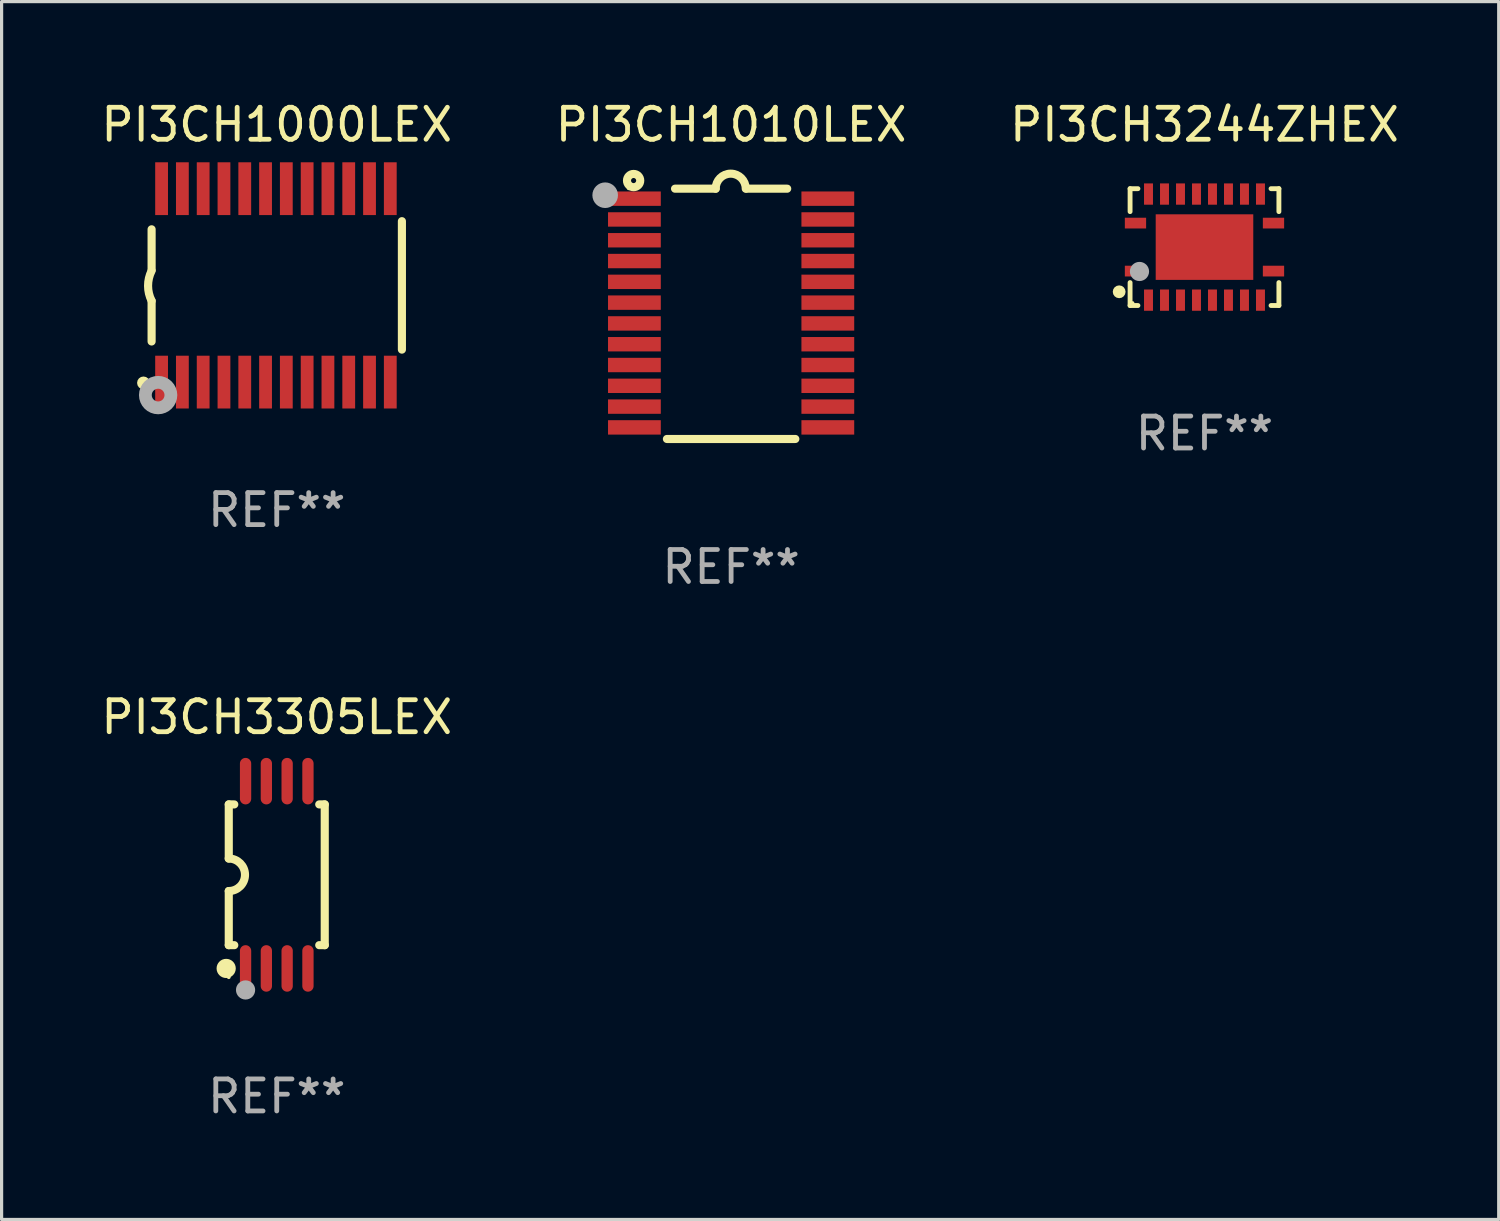
<source format=kicad_pcb>
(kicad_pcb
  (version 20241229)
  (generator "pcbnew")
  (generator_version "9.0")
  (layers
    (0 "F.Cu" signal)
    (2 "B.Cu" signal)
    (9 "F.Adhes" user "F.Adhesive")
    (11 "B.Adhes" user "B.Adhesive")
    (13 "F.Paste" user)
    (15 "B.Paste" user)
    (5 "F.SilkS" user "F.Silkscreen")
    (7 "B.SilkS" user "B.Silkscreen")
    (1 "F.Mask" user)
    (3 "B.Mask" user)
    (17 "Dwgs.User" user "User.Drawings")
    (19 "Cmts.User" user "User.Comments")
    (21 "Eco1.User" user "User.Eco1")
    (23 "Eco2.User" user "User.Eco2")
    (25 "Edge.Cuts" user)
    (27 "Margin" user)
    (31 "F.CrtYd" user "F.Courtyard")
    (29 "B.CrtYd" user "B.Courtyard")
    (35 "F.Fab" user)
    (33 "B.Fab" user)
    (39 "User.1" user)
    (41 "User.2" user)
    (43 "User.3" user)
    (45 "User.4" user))
  (footprint "PI3CH3305LEX"
    (layer "F.Cu")
    (at 5.601 24.295)
    (property "Reference" "PI3CH3305LEX" (at 0 -4.927 0) (layer "F.SilkS") (effects (font (size 1 1) (thickness 0.15))))
    (attr through_hole)
    (fp_line (start -1.5 -2.2) (end -1.5 -0.508) (stroke (width 0.254) (type solid)) (layer "F.SilkS"))
    (fp_line (start -1.5 -2.2) (end -1.328 -2.2) (stroke (width 0.254) (type solid)) (layer "F.SilkS"))
    (fp_line (start -1.5 2.2) (end -1.5 0.508) (stroke (width 0.254) (type solid)) (layer "F.SilkS"))
    (fp_line (start -1.5 2.2) (end -1.328 2.2) (stroke (width 0.254) (type solid)) (layer "F.SilkS"))
    (fp_line (start 1.328 -2.2) (end 1.5 -2.2) (stroke (width 0.254) (type solid)) (layer "F.SilkS"))
    (fp_line (start 1.328 2.2) (end 1.5 2.2) (stroke (width 0.254) (type solid)) (layer "F.SilkS"))
    (fp_line (start 1.5 -2.2) (end 1.5 2.2) (stroke (width 0.254) (type solid)) (layer "F.SilkS"))
    (fp_arc (start -1.501144 -0.508) (mid -0.993143 -0.000571) (end -1.5 0.508001) (stroke (width 0.254001) (type solid)) (layer "F.SilkS"))
    (fp_circle (center -1.581 2.927) (end -1.431 2.927) (stroke (width 0.3) (type solid)) (fill no) (layer "F.SilkS"))
    (fp_circle (center -1.5 3.2) (end -1.47 3.2) (stroke (width 0.06) (type solid)) (fill no) (layer "F.SilkS"))
    (fp_circle (center -0.975 3.6) (end -0.825 3.6) (stroke (width 0.3) (type solid)) (fill no) (layer "F.Fab"))
    (fp_text user "REF**" (at 0 6.927 0) (layer "F.Fab") (effects (font (size 1 1) (thickness 0.15))))
    (pad "1" smd oval (at -0.975 2.927) (size 0.353 1.454) (layers "F.Cu" "F.Mask" "F.Paste"))
    (pad "2" smd oval (at -0.325 2.927) (size 0.353 1.454) (layers "F.Cu" "F.Mask" "F.Paste"))
    (pad "3" smd oval (at 0.325 2.927) (size 0.353 1.454) (layers "F.Cu" "F.Mask" "F.Paste"))
    (pad "4" smd oval (at 0.975 2.927) (size 0.353 1.454) (layers "F.Cu" "F.Mask" "F.Paste"))
    (pad "5" smd oval (at 0.975 -2.927) (size 0.353 1.454) (layers "F.Cu" "F.Mask" "F.Paste"))
    (pad "6" smd oval (at 0.325 -2.927) (size 0.353 1.454) (layers "F.Cu" "F.Mask" "F.Paste"))
    (pad "7" smd oval (at -0.325 -2.927) (size 0.353 1.454) (layers "F.Cu" "F.Mask" "F.Paste"))
    (pad "8" smd oval (at -0.975 -2.927) (size 0.353 1.454) (layers "F.Cu" "F.Mask" "F.Paste")))
  (footprint "PI3CH1000LEX"
    (layer "F.Cu")
    (at 5.601 5.871)
    (property "Reference" "PI3CH1000LEX" (at 0 -5.023 0) (layer "F.SilkS") (effects (font (size 1 1) (thickness 0.15))))
    (attr through_hole)
    (fp_line (start -3.912 -0.483) (end -3.912 -1.753) (stroke (width 0.254) (type solid)) (layer "F.SilkS"))
    (fp_line (start -3.912 1.753) (end -3.912 0.483) (stroke (width 0.254) (type solid)) (layer "F.SilkS"))
    (fp_line (start 3.912 -2.007) (end 3.912 2.007) (stroke (width 0.254) (type solid)) (layer "F.SilkS"))
    (fp_arc (start -3.911608 0.482601) (mid -4.022537 0.0127) (end -3.911608 -0.457201) (stroke (width 0.254001) (type solid)) (layer "F.SilkS"))
    (fp_circle (center -4.166 3.048) (end -4.066 3.048) (stroke (width 0.2) (type solid)) (fill no) (layer "F.SilkS"))
    (fp_circle (center -3.925 3.186) (end -3.895 3.186) (stroke (width 0.06) (type solid)) (fill no) (layer "F.SilkS"))
    (fp_circle (center -3.708 3.429) (end -3.509 3.429) (stroke (width 0.4) (type solid)) (fill no) (layer "F.Fab"))
    (fp_text user "REF**" (at 0 7.023 0) (layer "F.Fab") (effects (font (size 1 1) (thickness 0.15))))
    (pad "1" smd rect (at -3.6 3.023) (size 0.4 1.65) (layers "F.Cu" "F.Mask" "F.Paste"))
    (pad "2" smd rect (at -2.95 3.023) (size 0.4 1.65) (layers "F.Cu" "F.Mask" "F.Paste"))
    (pad "3" smd rect (at -2.3 3.023) (size 0.4 1.65) (layers "F.Cu" "F.Mask" "F.Paste"))
    (pad "4" smd rect (at -1.65 3.023) (size 0.4 1.65) (layers "F.Cu" "F.Mask" "F.Paste"))
    (pad "5" smd rect (at -1 3.023) (size 0.4 1.65) (layers "F.Cu" "F.Mask" "F.Paste"))
    (pad "6" smd rect (at -0.35 3.023) (size 0.4 1.65) (layers "F.Cu" "F.Mask" "F.Paste"))
    (pad "7" smd rect (at 0.299 3.023) (size 0.4 1.65) (layers "F.Cu" "F.Mask" "F.Paste"))
    (pad "8" smd rect (at 0.95 3.023) (size 0.4 1.65) (layers "F.Cu" "F.Mask" "F.Paste"))
    (pad "9" smd rect (at 1.6 3.023) (size 0.4 1.65) (layers "F.Cu" "F.Mask" "F.Paste"))
    (pad "10" smd rect (at 2.25 3.023) (size 0.4 1.65) (layers "F.Cu" "F.Mask" "F.Paste"))
    (pad "11" smd rect (at 2.9 3.023) (size 0.4 1.65) (layers "F.Cu" "F.Mask" "F.Paste"))
    (pad "12" smd rect (at 3.549 3.023) (size 0.4 1.65) (layers "F.Cu" "F.Mask" "F.Paste"))
    (pad "13" smd rect (at 3.549 -3.023) (size 0.4 1.65) (layers "F.Cu" "F.Mask" "F.Paste"))
    (pad "14" smd rect (at 2.9 -3.023) (size 0.4 1.65) (layers "F.Cu" "F.Mask" "F.Paste"))
    (pad "15" smd rect (at 2.25 -3.023) (size 0.4 1.65) (layers "F.Cu" "F.Mask" "F.Paste"))
    (pad "16" smd rect (at 1.6 -3.023) (size 0.4 1.65) (layers "F.Cu" "F.Mask" "F.Paste"))
    (pad "17" smd rect (at 0.95 -3.023) (size 0.4 1.65) (layers "F.Cu" "F.Mask" "F.Paste"))
    (pad "18" smd rect (at 0.299 -3.023) (size 0.4 1.65) (layers "F.Cu" "F.Mask" "F.Paste"))
    (pad "19" smd rect (at -0.35 -3.023) (size 0.4 1.65) (layers "F.Cu" "F.Mask" "F.Paste"))
    (pad "20" smd rect (at -1 -3.023) (size 0.4 1.65) (layers "F.Cu" "F.Mask" "F.Paste"))
    (pad "21" smd rect (at -1.65 -3.023) (size 0.4 1.65) (layers "F.Cu" "F.Mask" "F.Paste"))
    (pad "22" smd rect (at -2.3 -3.023) (size 0.4 1.65) (layers "F.Cu" "F.Mask" "F.Paste"))
    (pad "23" smd rect (at -2.95 -3.023) (size 0.4 1.65) (layers "F.Cu" "F.Mask" "F.Paste"))
    (pad "24" smd rect (at -3.6 -3.023) (size 0.4 1.65) (layers "F.Cu" "F.Mask" "F.Paste")))
  (footprint "PI3CH1010LEX"
    (layer "F.Cu")
    (at 19.804 6.76)
    (property "Reference" "PI3CH1010LEX" (at 0 -5.912 0) (layer "F.SilkS") (effects (font (size 1 1) (thickness 0.15))))
    (attr through_hole)
    (fp_line (start -1.753 -3.912) (end -0.483 -3.912) (stroke (width 0.254) (type solid)) (layer "F.SilkS"))
    (fp_line (start 0.483 -3.912) (end 1.753 -3.912) (stroke (width 0.254) (type solid)) (layer "F.SilkS"))
    (fp_line (start 2.007 3.912) (end -2.007 3.912) (stroke (width 0.254) (type solid)) (layer "F.SilkS"))
    (fp_arc (start -0.482626 -3.911608) (mid -0.012725 -4.381509) (end 0.457176 -3.911608) (stroke (width 0.254001) (type solid)) (layer "F.SilkS"))
    (fp_circle (center -3.2 -3.925) (end -3.17 -3.925) (stroke (width 0.06) (type solid)) (fill no) (layer "F.SilkS"))
    (fp_circle (center -3.048 -4.166) (end -2.968 -4.166) (stroke (width 0.254) (type solid)) (fill no) (layer "F.SilkS"))
    (fp_circle (center -3.937 -3.708) (end -3.737 -3.708) (stroke (width 0.4) (type solid)) (fill no) (layer "F.Fab"))
    (fp_text user "REF**" (at 0 7.912 0) (layer "F.Fab") (effects (font (size 1 1) (thickness 0.15))))
    (pad "1" smd rect (at -3.023 -3.6) (size 1.65 0.45) (layers "F.Cu" "F.Mask" "F.Paste"))
    (pad "2" smd rect (at -3.023 -2.95) (size 1.65 0.45) (layers "F.Cu" "F.Mask" "F.Paste"))
    (pad "3" smd rect (at -3.023 -2.3) (size 1.65 0.45) (layers "F.Cu" "F.Mask" "F.Paste"))
    (pad "4" smd rect (at -3.023 -1.65) (size 1.65 0.45) (layers "F.Cu" "F.Mask" "F.Paste"))
    (pad "5" smd rect (at -3.023 -1) (size 1.65 0.45) (layers "F.Cu" "F.Mask" "F.Paste"))
    (pad "6" smd rect (at -3.023 -0.35) (size 1.65 0.45) (layers "F.Cu" "F.Mask" "F.Paste"))
    (pad "7" smd rect (at -3.023 0.3) (size 1.65 0.45) (layers "F.Cu" "F.Mask" "F.Paste"))
    (pad "8" smd rect (at -3.023 0.95) (size 1.65 0.45) (layers "F.Cu" "F.Mask" "F.Paste"))
    (pad "9" smd rect (at -3.023 1.6) (size 1.65 0.45) (layers "F.Cu" "F.Mask" "F.Paste"))
    (pad "10" smd rect (at -3.023 2.25) (size 1.65 0.45) (layers "F.Cu" "F.Mask" "F.Paste"))
    (pad "11" smd rect (at -3.023 2.9) (size 1.65 0.45) (layers "F.Cu" "F.Mask" "F.Paste"))
    (pad "12" smd rect (at -3.023 3.55) (size 1.65 0.45) (layers "F.Cu" "F.Mask" "F.Paste"))
    (pad "13" smd rect (at 3.023 3.55) (size 1.65 0.45) (layers "F.Cu" "F.Mask" "F.Paste"))
    (pad "14" smd rect (at 3.023 2.9) (size 1.65 0.45) (layers "F.Cu" "F.Mask" "F.Paste"))
    (pad "15" smd rect (at 3.023 2.25) (size 1.65 0.45) (layers "F.Cu" "F.Mask" "F.Paste"))
    (pad "16" smd rect (at 3.023 1.6) (size 1.65 0.45) (layers "F.Cu" "F.Mask" "F.Paste"))
    (pad "17" smd rect (at 3.023 0.95) (size 1.65 0.45) (layers "F.Cu" "F.Mask" "F.Paste"))
    (pad "18" smd rect (at 3.023 0.3) (size 1.65 0.45) (layers "F.Cu" "F.Mask" "F.Paste"))
    (pad "19" smd rect (at 3.023 -0.35) (size 1.65 0.45) (layers "F.Cu" "F.Mask" "F.Paste"))
    (pad "20" smd rect (at 3.023 -1) (size 1.65 0.45) (layers "F.Cu" "F.Mask" "F.Paste"))
    (pad "21" smd rect (at 3.023 -1.65) (size 1.65 0.45) (layers "F.Cu" "F.Mask" "F.Paste"))
    (pad "22" smd rect (at 3.023 -2.3) (size 1.65 0.45) (layers "F.Cu" "F.Mask" "F.Paste"))
    (pad "23" smd rect (at 3.023 -2.95) (size 1.65 0.45) (layers "F.Cu" "F.Mask" "F.Paste"))
    (pad "24" smd rect (at 3.023 -3.6) (size 1.65 0.45) (layers "F.Cu" "F.Mask" "F.Paste")))
  (footprint "PI3CH3244ZHEX"
    (layer "F.Cu")
    (at 34.601 4.674)
    (property "Reference" "PI3CH3244ZHEX" (at 0 -3.826 0) (layer "F.SilkS") (effects (font (size 1 1) (thickness 0.15))))
    (attr through_hole)
    (fp_line (start -2.326 -1.826) (end -2.08 -1.826) (stroke (width 0.152) (type solid)) (layer "F.SilkS"))
    (fp_line (start -2.326 -1.109) (end -2.326 -1.826) (stroke (width 0.152) (type solid)) (layer "F.SilkS"))
    (fp_line (start -2.326 1.109) (end -2.326 1.826) (stroke (width 0.152) (type solid)) (layer "F.SilkS"))
    (fp_line (start -2.326 1.826) (end -2.08 1.826) (stroke (width 0.152) (type solid)) (layer "F.SilkS"))
    (fp_line (start 2.326 -1.826) (end 2.08 -1.826) (stroke (width 0.152) (type solid)) (layer "F.SilkS"))
    (fp_line (start 2.326 -1.109) (end 2.326 -1.826) (stroke (width 0.152) (type solid)) (layer "F.SilkS"))
    (fp_line (start 2.326 1.109) (end 2.326 1.826) (stroke (width 0.152) (type solid)) (layer "F.SilkS"))
    (fp_line (start 2.326 1.826) (end 2.08 1.826) (stroke (width 0.152) (type solid)) (layer "F.SilkS"))
    (fp_circle (center -2.667 1.397) (end -2.567 1.397) (stroke (width 0.2) (type solid)) (fill no) (layer "F.SilkS"))
    (fp_circle (center -2.25 1.75) (end -2.22 1.75) (stroke (width 0.06) (type solid)) (fill no) (layer "F.SilkS"))
    (fp_circle (center -2.032 0.762) (end -1.882 0.762) (stroke (width 0.3) (type solid)) (fill no) (layer "F.Fab"))
    (fp_text user "REF**" (at 0 5.826 0) (layer "F.Fab") (effects (font (size 1 1) (thickness 0.15))))
    (pad "1" smd rect (at -2.157 0.75) (size 0.665 0.336) (layers "F.Cu" "F.Mask" "F.Paste"))
    (pad "2" smd rect (at -1.75 1.658) (size 0.28 0.665) (layers "F.Cu" "F.Mask" "F.Paste"))
    (pad "3" smd rect (at -1.25 1.658) (size 0.28 0.665) (layers "F.Cu" "F.Mask" "F.Paste"))
    (pad "4" smd rect (at -0.75 1.658) (size 0.28 0.665) (layers "F.Cu" "F.Mask" "F.Paste"))
    (pad "5" smd rect (at -0.25 1.658) (size 0.28 0.665) (layers "F.Cu" "F.Mask" "F.Paste"))
    (pad "6" smd rect (at 0.25 1.658) (size 0.28 0.665) (layers "F.Cu" "F.Mask" "F.Paste"))
    (pad "7" smd rect (at 0.75 1.658) (size 0.28 0.665) (layers "F.Cu" "F.Mask" "F.Paste"))
    (pad "8" smd rect (at 1.25 1.658) (size 0.28 0.665) (layers "F.Cu" "F.Mask" "F.Paste"))
    (pad "9" smd rect (at 1.75 1.658) (size 0.28 0.665) (layers "F.Cu" "F.Mask" "F.Paste"))
    (pad "10" smd rect (at 2.157 0.75) (size 0.665 0.336) (layers "F.Cu" "F.Mask" "F.Paste"))
    (pad "11" smd rect (at 2.157 -0.75) (size 0.665 0.336) (layers "F.Cu" "F.Mask" "F.Paste"))
    (pad "12" smd rect (at 1.75 -1.658) (size 0.28 0.665) (layers "F.Cu" "F.Mask" "F.Paste"))
    (pad "13" smd rect (at 1.25 -1.658) (size 0.28 0.665) (layers "F.Cu" "F.Mask" "F.Paste"))
    (pad "14" smd rect (at 0.75 -1.658) (size 0.28 0.665) (layers "F.Cu" "F.Mask" "F.Paste"))
    (pad "15" smd rect (at 0.25 -1.658) (size 0.28 0.665) (layers "F.Cu" "F.Mask" "F.Paste"))
    (pad "16" smd rect (at -0.25 -1.658) (size 0.28 0.665) (layers "F.Cu" "F.Mask" "F.Paste"))
    (pad "17" smd rect (at -0.75 -1.658) (size 0.28 0.665) (layers "F.Cu" "F.Mask" "F.Paste"))
    (pad "18" smd rect (at -1.25 -1.658) (size 0.28 0.665) (layers "F.Cu" "F.Mask" "F.Paste"))
    (pad "19" smd rect (at -1.75 -1.658) (size 0.28 0.665) (layers "F.Cu" "F.Mask" "F.Paste"))
    (pad "20" smd rect (at -2.157 -0.75) (size 0.665 0.336) (layers "F.Cu" "F.Mask" "F.Paste"))
    (pad "21" smd rect (at 0 0) (size 3.05 2.05) (layers "F.Cu" "F.Mask" "F.Paste")))
  (gr_rect
    (start -3 -3)
    (end 43.798 35.07)
    (stroke (width 0.1) (type default))
    (fill no)
    (layer "Edge.Cuts")))
</source>
